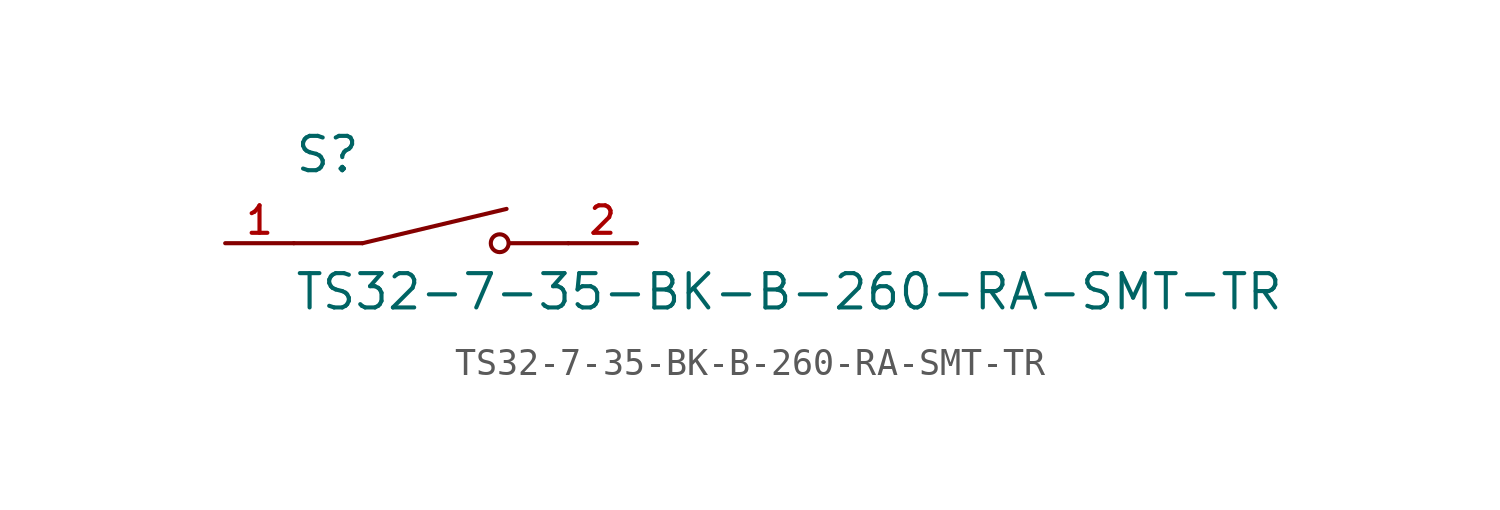
<source format=kicad_sym>
(kicad_symbol_lib
  (version 20211014)
  (generator kicad_symbol_editor)
  (symbol "TS32-7-35-BK-B-260-RA-SMT-TR"
    (pin_names
      (offset 1.016))
    (property "Reference" "S"
      (at -5.08 2.54 0)
      (effects (font (size 1.27 1.27)) (justify bottom left)))
    (property "Value" "TS32-7-35-BK-B-260-RA-SMT-TR"
      (at -5.08 -2.54 0)
      (effects (font (size 1.27 1.27)) (justify bottom left)))
    (symbol "TS32-7-35-BK-B-260-RA-SMT-TR_0_0"
      (polyline (pts (xy -2.54 0.0) (xy 2.794 1.27)) (stroke (width 0.152)))
      (circle (center 2.54 0.0) (radius 0.33) (stroke (width 0.152)) (fill (type none)))
      (polyline (pts (xy 5.08 0.0) (xy 2.921 0.0)) (stroke (width 0.152)))
      (polyline (pts (xy -2.54 0.0) (xy -5.08 0.0)) (stroke (width 0.152)))
      (pin passive line (at -7.62 0.0 0) (length 2.54) (name "~" (effects (font (size 1.016 1.016)))) (number "1" (effects (font (size 1.016 1.016)))))
      (pin passive line (at 7.62 0.0 180.0) (length 2.54) (name "~" (effects (font (size 1.016 1.016)))) (number "2" (effects (font (size 1.016 1.016))))))))
</source>
